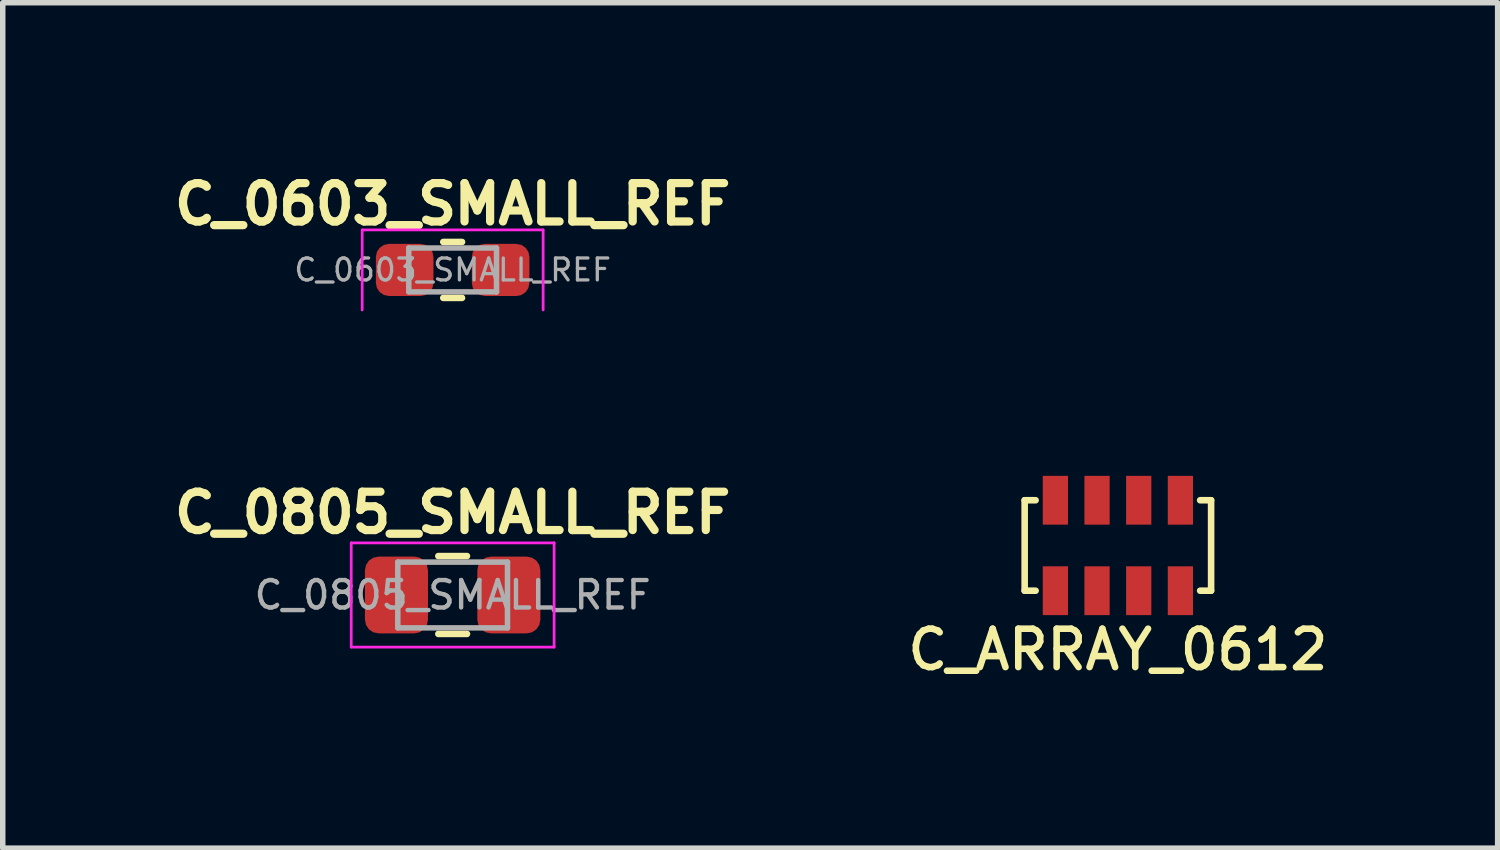
<source format=kicad_pcb>
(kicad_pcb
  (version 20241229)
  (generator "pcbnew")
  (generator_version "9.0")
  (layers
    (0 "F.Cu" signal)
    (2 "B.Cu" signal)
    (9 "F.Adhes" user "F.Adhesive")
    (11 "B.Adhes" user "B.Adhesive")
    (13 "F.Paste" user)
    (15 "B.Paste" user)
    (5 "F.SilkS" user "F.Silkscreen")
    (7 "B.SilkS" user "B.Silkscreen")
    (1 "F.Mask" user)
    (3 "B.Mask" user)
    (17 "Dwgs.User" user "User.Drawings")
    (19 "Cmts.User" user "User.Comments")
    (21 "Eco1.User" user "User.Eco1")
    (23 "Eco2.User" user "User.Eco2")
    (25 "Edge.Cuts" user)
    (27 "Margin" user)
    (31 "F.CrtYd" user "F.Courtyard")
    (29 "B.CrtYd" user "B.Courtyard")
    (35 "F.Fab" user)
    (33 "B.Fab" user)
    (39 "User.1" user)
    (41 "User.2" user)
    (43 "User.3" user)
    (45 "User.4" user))
  (footprint "C_0805_SMALL_REF"
    (layer "F.Cu")
    (at 5.205 7.801)
    (property "Reference" "C_0805_SMALL_REF" (at 0 -1.5 0) (layer "F.SilkS") (effects (font (size 0.7 0.7) (thickness 0.15))))
    (attr through_hole)
    (fp_line (start -0.261 -0.71) (end 0.261 -0.71) (stroke (width 0.12) (type solid)) (layer "F.SilkS"))
    (fp_line (start -0.261 0.71) (end 0.261 0.71) (stroke (width 0.12) (type solid)) (layer "F.SilkS"))
    (fp_line (start -1.85 -0.95) (end 1.85 -0.95) (stroke (width 0.05) (type solid)) (layer "F.CrtYd"))
    (fp_line (start -1.85 0.95) (end -1.85 -0.95) (stroke (width 0.05) (type solid)) (layer "F.CrtYd"))
    (fp_line (start 1.85 -0.95) (end 1.85 0.95) (stroke (width 0.05) (type solid)) (layer "F.CrtYd"))
    (fp_line (start 1.85 0.95) (end -1.85 0.95) (stroke (width 0.05) (type solid)) (layer "F.CrtYd"))
    (fp_line (start -1 -0.6) (end 1 -0.6) (stroke (width 0.1) (type solid)) (layer "F.Fab"))
    (fp_line (start -1 0.6) (end -1 -0.6) (stroke (width 0.1) (type solid)) (layer "F.Fab"))
    (fp_line (start 1 -0.6) (end 1 0.6) (stroke (width 0.1) (type solid)) (layer "F.Fab"))
    (fp_line (start 1 0.6) (end -1 0.6) (stroke (width 0.1) (type solid)) (layer "F.Fab"))
    (fp_text user "${REFERENCE}" (at 0 0 0) (layer "F.Fab") (effects (font (size 0.5 0.5) (thickness 0.08))))
    (pad "1" smd roundrect (at -1.025 0) (size 1.15 1.4) (layers "F.Cu" "F.Mask" "F.Paste") (roundrect_rratio 0.217))
    (pad "2" smd roundrect (at 1.025 0) (size 1.15 1.4) (layers "F.Cu" "F.Mask" "F.Paste") (roundrect_rratio 0.217)))
  (footprint "C_0603_SMALL_REF"
    (layer "F.Cu")
    (at 5.205 1.873)
    (property "Reference" "C_0603_SMALL_REF" (at 0 -1.2 0) (layer "F.SilkS") (effects (font (size 0.7 0.7) (thickness 0.15))))
    (attr through_hole)
    (fp_line (start -0.171 -0.51) (end 0.171 -0.51) (stroke (width 0.12) (type solid)) (layer "F.SilkS"))
    (fp_line (start -0.171 0.51) (end 0.171 0.51) (stroke (width 0.12) (type solid)) (layer "F.SilkS"))
    (fp_line (start -1.65 -0.73) (end 1.65 -0.73) (stroke (width 0.05) (type solid)) (layer "F.CrtYd"))
    (fp_line (start -1.65 0.73) (end -1.65 -0.73) (stroke (width 0.05) (type solid)) (layer "F.CrtYd"))
    (fp_line (start 1.65 -0.73) (end 1.65 0.73) (stroke (width 0.05) (type solid)) (layer "F.CrtYd"))
    (fp_line (start -0.8 -0.4) (end 0.8 -0.4) (stroke (width 0.1) (type solid)) (layer "F.Fab"))
    (fp_line (start -0.8 0.4) (end -0.8 -0.4) (stroke (width 0.1) (type solid)) (layer "F.Fab"))
    (fp_line (start 0.8 -0.4) (end 0.8 0.4) (stroke (width 0.1) (type solid)) (layer "F.Fab"))
    (fp_line (start 0.8 0.4) (end -0.8 0.4) (stroke (width 0.1) (type solid)) (layer "F.Fab"))
    (fp_text user "${REFERENCE}" (at 0 0 0) (layer "F.Fab") (effects (font (size 0.4 0.4) (thickness 0.06))))
    (pad "1" smd roundrect (at -0.875 0) (size 1.05 0.95) (layers "F.Cu" "F.Mask" "F.Paste") (roundrect_rratio 0.25))
    (pad "2" smd roundrect (at 0.875 0) (size 1.05 0.95) (layers "F.Cu" "F.Mask" "F.Paste") (roundrect_rratio 0.25)))
  (footprint "C_ARRAY_0612"
    (layer "F.Cu")
    (at 17.337 6.898)
    (property "Reference" "C_ARRAY_0612" (at 0 1.9 180) (layer "F.SilkS") (effects (font (size 0.7 0.7) (thickness 0.12))))
    (attr through_hole)
    (fp_line (start -1.7 -0.825) (end -1.7 0.825) (stroke (width 0.12) (type solid)) (layer "F.SilkS"))
    (fp_line (start -1.7 0.825) (end -1.5 0.825) (stroke (width 0.12) (type solid)) (layer "F.SilkS"))
    (fp_line (start -1.5 -0.825) (end -1.7 -0.825) (stroke (width 0.12) (type solid)) (layer "F.SilkS"))
    (fp_line (start 1.5 0.825) (end 1.7 0.825) (stroke (width 0.12) (type solid)) (layer "F.SilkS"))
    (fp_line (start 1.7 -0.825) (end 1.5 -0.825) (stroke (width 0.12) (type solid)) (layer "F.SilkS"))
    (fp_line (start 1.7 0.825) (end 1.7 -0.825) (stroke (width 0.12) (type solid)) (layer "F.SilkS"))
    (pad "1" smd rect (at -1.14 0.825) (size 0.46 0.89) (layers "F.Cu" "F.Mask" "F.Paste"))
    (pad "2" smd rect (at -0.38 0.825) (size 0.46 0.89) (layers "F.Cu" "F.Mask" "F.Paste"))
    (pad "3" smd rect (at 0.38 0.825) (size 0.46 0.89) (layers "F.Cu" "F.Mask" "F.Paste"))
    (pad "4" smd rect (at 1.14 0.825) (size 0.46 0.89) (layers "F.Cu" "F.Mask" "F.Paste"))
    (pad "5" smd rect (at 1.14 -0.825) (size 0.46 0.89) (layers "F.Cu" "F.Mask" "F.Paste"))
    (pad "6" smd rect (at 0.38 -0.825) (size 0.46 0.89) (layers "F.Cu" "F.Mask" "F.Paste"))
    (pad "7" smd rect (at -0.38 -0.825) (size 0.46 0.89) (layers "F.Cu" "F.Mask" "F.Paste"))
    (pad "8" smd rect (at -1.14 -0.825) (size 0.46 0.89) (layers "F.Cu" "F.Mask" "F.Paste")))
  (gr_rect
    (start -3 -3)
    (end 24.263 12.418)
    (stroke (width 0.1) (type default))
    (fill no)
    (layer "Edge.Cuts")))
</source>
